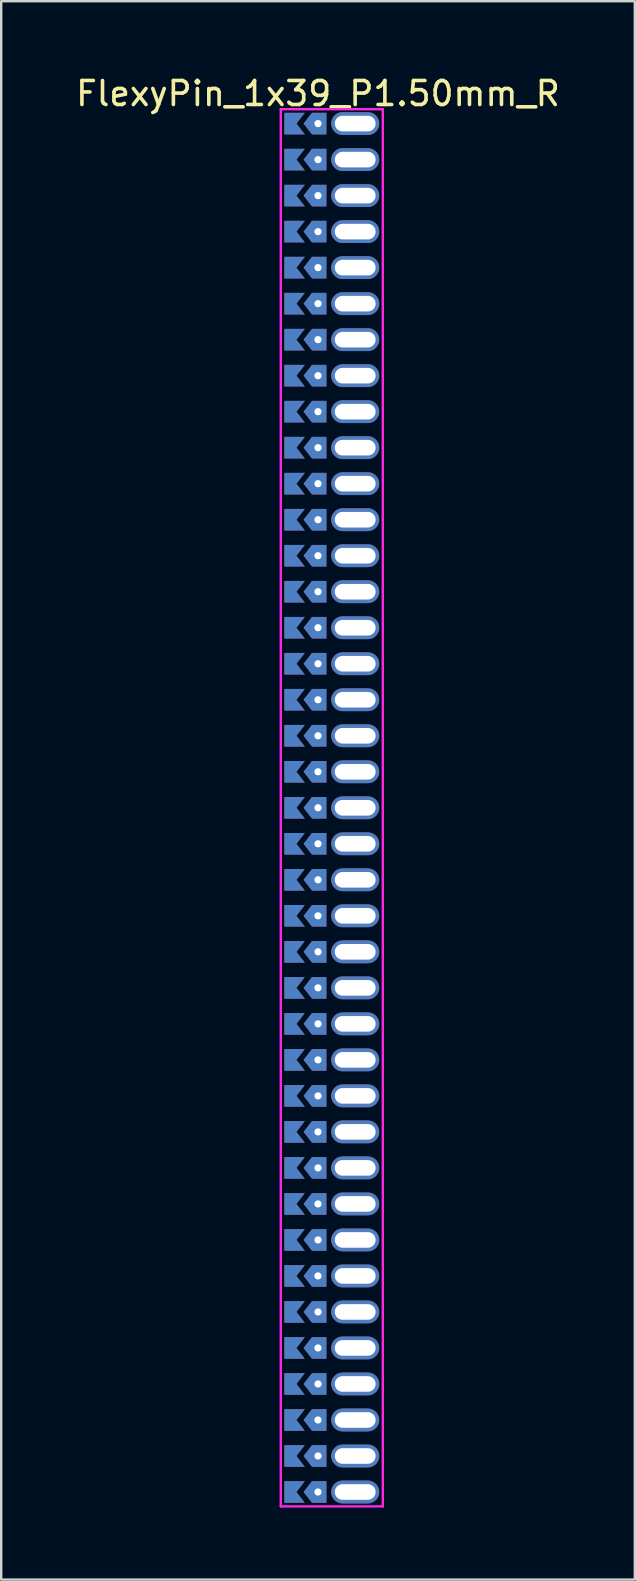
<source format=kicad_pcb>
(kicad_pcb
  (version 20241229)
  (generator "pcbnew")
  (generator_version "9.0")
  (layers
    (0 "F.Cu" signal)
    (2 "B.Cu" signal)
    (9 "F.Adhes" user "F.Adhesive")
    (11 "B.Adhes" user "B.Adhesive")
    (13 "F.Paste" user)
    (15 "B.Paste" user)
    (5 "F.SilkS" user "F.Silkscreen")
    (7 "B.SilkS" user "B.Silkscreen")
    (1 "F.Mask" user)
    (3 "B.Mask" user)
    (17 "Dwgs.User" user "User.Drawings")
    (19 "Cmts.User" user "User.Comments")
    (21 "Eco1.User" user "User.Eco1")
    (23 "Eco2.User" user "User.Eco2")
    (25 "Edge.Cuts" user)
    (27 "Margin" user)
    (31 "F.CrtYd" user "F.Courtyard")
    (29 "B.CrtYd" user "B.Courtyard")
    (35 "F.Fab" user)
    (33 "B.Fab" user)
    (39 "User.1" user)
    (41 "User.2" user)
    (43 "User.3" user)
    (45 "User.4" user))
  (footprint "FlexyPin_1x39_P1.50mm_R"
    (layer "F.Cu")
    (at 10.196 2.098)
    (property "Reference" "FlexyPin_1x39_P1.50mm_R" (at 0 -1.25 0) (layer "F.SilkS") (effects (font (size 1 1) (thickness 0.15))))
    (attr through_hole)
    (fp_line (start -1.55 -0.6) (end 2.7 -0.6) (stroke (width 0.1) (type solid)) (layer "F.CrtYd"))
    (fp_line (start -1.55 57.6) (end -1.55 -0.6) (stroke (width 0.1) (type solid)) (layer "F.CrtYd"))
    (fp_line (start 2.7 -0.6) (end 2.7 57.6) (stroke (width 0.1) (type solid)) (layer "F.CrtYd"))
    (fp_line (start 2.7 57.6) (end -1.55 57.6) (stroke (width 0.1) (type solid)) (layer "F.CrtYd"))
    (pad "" thru_hole custom (at 0 0) (size 0.3 0.3) (drill 0.6) (layers "*.Cu" "*.Mask") (options (anchor rect)) (primitives (gr_poly (pts (xy 0.35 0.45) (xy 0.35 -0.45) (xy -0.25 -0.45) (xy -0.6 0) (xy -0.25 0.45)) (width 0) (fill yes))))
    (pad "" thru_hole custom (at 0 1.5) (size 0.3 0.3) (drill 0.6) (layers "*.Cu" "*.Mask") (options (anchor rect)) (primitives (gr_poly (pts (xy 0.35 0.45) (xy 0.35 -0.45) (xy -0.25 -0.45) (xy -0.6 0) (xy -0.25 0.45)) (width 0) (fill yes))))
    (pad "" thru_hole custom (at 0 3) (size 0.3 0.3) (drill 0.6) (layers "*.Cu" "*.Mask") (options (anchor rect)) (primitives (gr_poly (pts (xy 0.35 0.45) (xy 0.35 -0.45) (xy -0.25 -0.45) (xy -0.6 0) (xy -0.25 0.45)) (width 0) (fill yes))))
    (pad "" thru_hole custom (at 0 4.5) (size 0.3 0.3) (drill 0.6) (layers "*.Cu" "*.Mask") (options (anchor rect)) (primitives (gr_poly (pts (xy 0.35 0.45) (xy 0.35 -0.45) (xy -0.25 -0.45) (xy -0.6 0) (xy -0.25 0.45)) (width 0) (fill yes))))
    (pad "" thru_hole custom (at 0 6) (size 0.3 0.3) (drill 0.6) (layers "*.Cu" "*.Mask") (options (anchor rect)) (primitives (gr_poly (pts (xy 0.35 0.45) (xy 0.35 -0.45) (xy -0.25 -0.45) (xy -0.6 0) (xy -0.25 0.45)) (width 0) (fill yes))))
    (pad "" thru_hole custom (at 0 7.5) (size 0.3 0.3) (drill 0.6) (layers "*.Cu" "*.Mask") (options (anchor rect)) (primitives (gr_poly (pts (xy 0.35 0.45) (xy 0.35 -0.45) (xy -0.25 -0.45) (xy -0.6 0) (xy -0.25 0.45)) (width 0) (fill yes))))
    (pad "" thru_hole custom (at 0 9) (size 0.3 0.3) (drill 0.6) (layers "*.Cu" "*.Mask") (options (anchor rect)) (primitives (gr_poly (pts (xy 0.35 0.45) (xy 0.35 -0.45) (xy -0.25 -0.45) (xy -0.6 0) (xy -0.25 0.45)) (width 0) (fill yes))))
    (pad "" thru_hole custom (at 0 10.5) (size 0.3 0.3) (drill 0.6) (layers "*.Cu" "*.Mask") (options (anchor rect)) (primitives (gr_poly (pts (xy 0.35 0.45) (xy 0.35 -0.45) (xy -0.25 -0.45) (xy -0.6 0) (xy -0.25 0.45)) (width 0) (fill yes))))
    (pad "" thru_hole custom (at 0 12) (size 0.3 0.3) (drill 0.6) (layers "*.Cu" "*.Mask") (options (anchor rect)) (primitives (gr_poly (pts (xy 0.35 0.45) (xy 0.35 -0.45) (xy -0.25 -0.45) (xy -0.6 0) (xy -0.25 0.45)) (width 0) (fill yes))))
    (pad "" thru_hole custom (at 0 13.5) (size 0.3 0.3) (drill 0.6) (layers "*.Cu" "*.Mask") (options (anchor rect)) (primitives (gr_poly (pts (xy 0.35 0.45) (xy 0.35 -0.45) (xy -0.25 -0.45) (xy -0.6 0) (xy -0.25 0.45)) (width 0) (fill yes))))
    (pad "" thru_hole custom (at 0 15) (size 0.3 0.3) (drill 0.6) (layers "*.Cu" "*.Mask") (options (anchor rect)) (primitives (gr_poly (pts (xy 0.35 0.45) (xy 0.35 -0.45) (xy -0.25 -0.45) (xy -0.6 0) (xy -0.25 0.45)) (width 0) (fill yes))))
    (pad "" thru_hole custom (at 0 16.5) (size 0.3 0.3) (drill 0.6) (layers "*.Cu" "*.Mask") (options (anchor rect)) (primitives (gr_poly (pts (xy 0.35 0.45) (xy 0.35 -0.45) (xy -0.25 -0.45) (xy -0.6 0) (xy -0.25 0.45)) (width 0) (fill yes))))
    (pad "" thru_hole custom (at 0 18) (size 0.3 0.3) (drill 0.6) (layers "*.Cu" "*.Mask") (options (anchor rect)) (primitives (gr_poly (pts (xy 0.35 0.45) (xy 0.35 -0.45) (xy -0.25 -0.45) (xy -0.6 0) (xy -0.25 0.45)) (width 0) (fill yes))))
    (pad "" thru_hole custom (at 0 19.5) (size 0.3 0.3) (drill 0.6) (layers "*.Cu" "*.Mask") (options (anchor rect)) (primitives (gr_poly (pts (xy 0.35 0.45) (xy 0.35 -0.45) (xy -0.25 -0.45) (xy -0.6 0) (xy -0.25 0.45)) (width 0) (fill yes))))
    (pad "" thru_hole custom (at 0 21) (size 0.3 0.3) (drill 0.6) (layers "*.Cu" "*.Mask") (options (anchor rect)) (primitives (gr_poly (pts (xy 0.35 0.45) (xy 0.35 -0.45) (xy -0.25 -0.45) (xy -0.6 0) (xy -0.25 0.45)) (width 0) (fill yes))))
    (pad "" thru_hole custom (at 0 22.5) (size 0.3 0.3) (drill 0.6) (layers "*.Cu" "*.Mask") (options (anchor rect)) (primitives (gr_poly (pts (xy 0.35 0.45) (xy 0.35 -0.45) (xy -0.25 -0.45) (xy -0.6 0) (xy -0.25 0.45)) (width 0) (fill yes))))
    (pad "" thru_hole custom (at 0 24) (size 0.3 0.3) (drill 0.6) (layers "*.Cu" "*.Mask") (options (anchor rect)) (primitives (gr_poly (pts (xy 0.35 0.45) (xy 0.35 -0.45) (xy -0.25 -0.45) (xy -0.6 0) (xy -0.25 0.45)) (width 0) (fill yes))))
    (pad "" thru_hole custom (at 0 25.5) (size 0.3 0.3) (drill 0.6) (layers "*.Cu" "*.Mask") (options (anchor rect)) (primitives (gr_poly (pts (xy 0.35 0.45) (xy 0.35 -0.45) (xy -0.25 -0.45) (xy -0.6 0) (xy -0.25 0.45)) (width 0) (fill yes))))
    (pad "" thru_hole custom (at 0 27) (size 0.3 0.3) (drill 0.6) (layers "*.Cu" "*.Mask") (options (anchor rect)) (primitives (gr_poly (pts (xy 0.35 0.45) (xy 0.35 -0.45) (xy -0.25 -0.45) (xy -0.6 0) (xy -0.25 0.45)) (width 0) (fill yes))))
    (pad "" thru_hole custom (at 0 28.5) (size 0.3 0.3) (drill 0.6) (layers "*.Cu" "*.Mask") (options (anchor rect)) (primitives (gr_poly (pts (xy 0.35 0.45) (xy 0.35 -0.45) (xy -0.25 -0.45) (xy -0.6 0) (xy -0.25 0.45)) (width 0) (fill yes))))
    (pad "" thru_hole custom (at 0 30) (size 0.3 0.3) (drill 0.6) (layers "*.Cu" "*.Mask") (options (anchor rect)) (primitives (gr_poly (pts (xy 0.35 0.45) (xy 0.35 -0.45) (xy -0.25 -0.45) (xy -0.6 0) (xy -0.25 0.45)) (width 0) (fill yes))))
    (pad "" thru_hole custom (at 0 31.5) (size 0.3 0.3) (drill 0.6) (layers "*.Cu" "*.Mask") (options (anchor rect)) (primitives (gr_poly (pts (xy 0.35 0.45) (xy 0.35 -0.45) (xy -0.25 -0.45) (xy -0.6 0) (xy -0.25 0.45)) (width 0) (fill yes))))
    (pad "" thru_hole custom (at 0 33) (size 0.3 0.3) (drill 0.6) (layers "*.Cu" "*.Mask") (options (anchor rect)) (primitives (gr_poly (pts (xy 0.35 0.45) (xy 0.35 -0.45) (xy -0.25 -0.45) (xy -0.6 0) (xy -0.25 0.45)) (width 0) (fill yes))))
    (pad "" thru_hole custom (at 0 34.5) (size 0.3 0.3) (drill 0.6) (layers "*.Cu" "*.Mask") (options (anchor rect)) (primitives (gr_poly (pts (xy 0.35 0.45) (xy 0.35 -0.45) (xy -0.25 -0.45) (xy -0.6 0) (xy -0.25 0.45)) (width 0) (fill yes))))
    (pad "" thru_hole custom (at 0 36) (size 0.3 0.3) (drill 0.6) (layers "*.Cu" "*.Mask") (options (anchor rect)) (primitives (gr_poly (pts (xy 0.35 0.45) (xy 0.35 -0.45) (xy -0.25 -0.45) (xy -0.6 0) (xy -0.25 0.45)) (width 0) (fill yes))))
    (pad "" thru_hole custom (at 0 37.5) (size 0.3 0.3) (drill 0.6) (layers "*.Cu" "*.Mask") (options (anchor rect)) (primitives (gr_poly (pts (xy 0.35 0.45) (xy 0.35 -0.45) (xy -0.25 -0.45) (xy -0.6 0) (xy -0.25 0.45)) (width 0) (fill yes))))
    (pad "" thru_hole custom (at 0 39) (size 0.3 0.3) (drill 0.6) (layers "*.Cu" "*.Mask") (options (anchor rect)) (primitives (gr_poly (pts (xy 0.35 0.45) (xy 0.35 -0.45) (xy -0.25 -0.45) (xy -0.6 0) (xy -0.25 0.45)) (width 0) (fill yes))))
    (pad "" thru_hole custom (at 0 40.5) (size 0.3 0.3) (drill 0.6) (layers "*.Cu" "*.Mask") (options (anchor rect)) (primitives (gr_poly (pts (xy 0.35 0.45) (xy 0.35 -0.45) (xy -0.25 -0.45) (xy -0.6 0) (xy -0.25 0.45)) (width 0) (fill yes))))
    (pad "" thru_hole custom (at 0 42) (size 0.3 0.3) (drill 0.6) (layers "*.Cu" "*.Mask") (options (anchor rect)) (primitives (gr_poly (pts (xy 0.35 0.45) (xy 0.35 -0.45) (xy -0.25 -0.45) (xy -0.6 0) (xy -0.25 0.45)) (width 0) (fill yes))))
    (pad "" thru_hole custom (at 0 43.5) (size 0.3 0.3) (drill 0.6) (layers "*.Cu" "*.Mask") (options (anchor rect)) (primitives (gr_poly (pts (xy 0.35 0.45) (xy 0.35 -0.45) (xy -0.25 -0.45) (xy -0.6 0) (xy -0.25 0.45)) (width 0) (fill yes))))
    (pad "" thru_hole custom (at 0 45) (size 0.3 0.3) (drill 0.6) (layers "*.Cu" "*.Mask") (options (anchor rect)) (primitives (gr_poly (pts (xy 0.35 0.45) (xy 0.35 -0.45) (xy -0.25 -0.45) (xy -0.6 0) (xy -0.25 0.45)) (width 0) (fill yes))))
    (pad "" thru_hole custom (at 0 46.5) (size 0.3 0.3) (drill 0.6) (layers "*.Cu" "*.Mask") (options (anchor rect)) (primitives (gr_poly (pts (xy 0.35 0.45) (xy 0.35 -0.45) (xy -0.25 -0.45) (xy -0.6 0) (xy -0.25 0.45)) (width 0) (fill yes))))
    (pad "" thru_hole custom (at 0 48) (size 0.3 0.3) (drill 0.6) (layers "*.Cu" "*.Mask") (options (anchor rect)) (primitives (gr_poly (pts (xy 0.35 0.45) (xy 0.35 -0.45) (xy -0.25 -0.45) (xy -0.6 0) (xy -0.25 0.45)) (width 0) (fill yes))))
    (pad "" thru_hole custom (at 0 49.5) (size 0.3 0.3) (drill 0.6) (layers "*.Cu" "*.Mask") (options (anchor rect)) (primitives (gr_poly (pts (xy 0.35 0.45) (xy 0.35 -0.45) (xy -0.25 -0.45) (xy -0.6 0) (xy -0.25 0.45)) (width 0) (fill yes))))
    (pad "" thru_hole custom (at 0 51) (size 0.3 0.3) (drill 0.6) (layers "*.Cu" "*.Mask") (options (anchor rect)) (primitives (gr_poly (pts (xy 0.35 0.45) (xy 0.35 -0.45) (xy -0.25 -0.45) (xy -0.6 0) (xy -0.25 0.45)) (width 0) (fill yes))))
    (pad "" thru_hole custom (at 0 52.5) (size 0.3 0.3) (drill 0.6) (layers "*.Cu" "*.Mask") (options (anchor rect)) (primitives (gr_poly (pts (xy 0.35 0.45) (xy 0.35 -0.45) (xy -0.25 -0.45) (xy -0.6 0) (xy -0.25 0.45)) (width 0) (fill yes))))
    (pad "" thru_hole custom (at 0 54) (size 0.3 0.3) (drill 0.6) (layers "*.Cu" "*.Mask") (options (anchor rect)) (primitives (gr_poly (pts (xy 0.35 0.45) (xy 0.35 -0.45) (xy -0.25 -0.45) (xy -0.6 0) (xy -0.25 0.45)) (width 0) (fill yes))))
    (pad "" thru_hole custom (at 0 55.5) (size 0.3 0.3) (drill 0.6) (layers "*.Cu" "*.Mask") (options (anchor rect)) (primitives (gr_poly (pts (xy 0.35 0.45) (xy 0.35 -0.45) (xy -0.25 -0.45) (xy -0.6 0) (xy -0.25 0.45)) (width 0) (fill yes))))
    (pad "" thru_hole custom (at 0 57) (size 0.3 0.3) (drill 0.6) (layers "*.Cu" "*.Mask") (options (anchor rect)) (primitives (gr_poly (pts (xy 0.35 0.45) (xy 0.35 -0.45) (xy -0.25 -0.45) (xy -0.6 0) (xy -0.25 0.45)) (width 0) (fill yes))))
    (pad "" thru_hole oval (at 1.55 0) (size 2 0.95) (drill oval 1.7 0.65) (layers "*.Cu" "*.Mask"))
    (pad "" thru_hole oval (at 1.55 1.5) (size 2 0.95) (drill oval 1.7 0.65) (layers "*.Cu" "*.Mask"))
    (pad "" thru_hole oval (at 1.55 3) (size 2 0.95) (drill oval 1.7 0.65) (layers "*.Cu" "*.Mask"))
    (pad "" thru_hole oval (at 1.55 4.5) (size 2 0.95) (drill oval 1.7 0.65) (layers "*.Cu" "*.Mask"))
    (pad "" thru_hole oval (at 1.55 6) (size 2 0.95) (drill oval 1.7 0.65) (layers "*.Cu" "*.Mask"))
    (pad "" thru_hole oval (at 1.55 7.5) (size 2 0.95) (drill oval 1.7 0.65) (layers "*.Cu" "*.Mask"))
    (pad "" thru_hole oval (at 1.55 9) (size 2 0.95) (drill oval 1.7 0.65) (layers "*.Cu" "*.Mask"))
    (pad "" thru_hole oval (at 1.55 10.5) (size 2 0.95) (drill oval 1.7 0.65) (layers "*.Cu" "*.Mask"))
    (pad "" thru_hole oval (at 1.55 12) (size 2 0.95) (drill oval 1.7 0.65) (layers "*.Cu" "*.Mask"))
    (pad "" thru_hole oval (at 1.55 13.5) (size 2 0.95) (drill oval 1.7 0.65) (layers "*.Cu" "*.Mask"))
    (pad "" thru_hole oval (at 1.55 15) (size 2 0.95) (drill oval 1.7 0.65) (layers "*.Cu" "*.Mask"))
    (pad "" thru_hole oval (at 1.55 16.5) (size 2 0.95) (drill oval 1.7 0.65) (layers "*.Cu" "*.Mask"))
    (pad "" thru_hole oval (at 1.55 18) (size 2 0.95) (drill oval 1.7 0.65) (layers "*.Cu" "*.Mask"))
    (pad "" thru_hole oval (at 1.55 19.5) (size 2 0.95) (drill oval 1.7 0.65) (layers "*.Cu" "*.Mask"))
    (pad "" thru_hole oval (at 1.55 21) (size 2 0.95) (drill oval 1.7 0.65) (layers "*.Cu" "*.Mask"))
    (pad "" thru_hole oval (at 1.55 22.5) (size 2 0.95) (drill oval 1.7 0.65) (layers "*.Cu" "*.Mask"))
    (pad "" thru_hole oval (at 1.55 24) (size 2 0.95) (drill oval 1.7 0.65) (layers "*.Cu" "*.Mask"))
    (pad "" thru_hole oval (at 1.55 25.5) (size 2 0.95) (drill oval 1.7 0.65) (layers "*.Cu" "*.Mask"))
    (pad "" thru_hole oval (at 1.55 27) (size 2 0.95) (drill oval 1.7 0.65) (layers "*.Cu" "*.Mask"))
    (pad "" thru_hole oval (at 1.55 28.5) (size 2 0.95) (drill oval 1.7 0.65) (layers "*.Cu" "*.Mask"))
    (pad "" thru_hole oval (at 1.55 30) (size 2 0.95) (drill oval 1.7 0.65) (layers "*.Cu" "*.Mask"))
    (pad "" thru_hole oval (at 1.55 31.5) (size 2 0.95) (drill oval 1.7 0.65) (layers "*.Cu" "*.Mask"))
    (pad "" thru_hole oval (at 1.55 33) (size 2 0.95) (drill oval 1.7 0.65) (layers "*.Cu" "*.Mask"))
    (pad "" thru_hole oval (at 1.55 34.5) (size 2 0.95) (drill oval 1.7 0.65) (layers "*.Cu" "*.Mask"))
    (pad "" thru_hole oval (at 1.55 36) (size 2 0.95) (drill oval 1.7 0.65) (layers "*.Cu" "*.Mask"))
    (pad "" thru_hole oval (at 1.55 37.5) (size 2 0.95) (drill oval 1.7 0.65) (layers "*.Cu" "*.Mask"))
    (pad "" thru_hole oval (at 1.55 39) (size 2 0.95) (drill oval 1.7 0.65) (layers "*.Cu" "*.Mask"))
    (pad "" thru_hole oval (at 1.55 40.5) (size 2 0.95) (drill oval 1.7 0.65) (layers "*.Cu" "*.Mask"))
    (pad "" thru_hole oval (at 1.55 42) (size 2 0.95) (drill oval 1.7 0.65) (layers "*.Cu" "*.Mask"))
    (pad "" thru_hole oval (at 1.55 43.5) (size 2 0.95) (drill oval 1.7 0.65) (layers "*.Cu" "*.Mask"))
    (pad "" thru_hole oval (at 1.55 45) (size 2 0.95) (drill oval 1.7 0.65) (layers "*.Cu" "*.Mask"))
    (pad "" thru_hole oval (at 1.55 46.5) (size 2 0.95) (drill oval 1.7 0.65) (layers "*.Cu" "*.Mask"))
    (pad "" thru_hole oval (at 1.55 48) (size 2 0.95) (drill oval 1.7 0.65) (layers "*.Cu" "*.Mask"))
    (pad "" thru_hole oval (at 1.55 49.5) (size 2 0.95) (drill oval 1.7 0.65) (layers "*.Cu" "*.Mask"))
    (pad "" thru_hole oval (at 1.55 51) (size 2 0.95) (drill oval 1.7 0.65) (layers "*.Cu" "*.Mask"))
    (pad "" thru_hole oval (at 1.55 52.5) (size 2 0.95) (drill oval 1.7 0.65) (layers "*.Cu" "*.Mask"))
    (pad "" thru_hole oval (at 1.55 54) (size 2 0.95) (drill oval 1.7 0.65) (layers "*.Cu" "*.Mask"))
    (pad "" thru_hole oval (at 1.55 55.5) (size 2 0.95) (drill oval 1.7 0.65) (layers "*.Cu" "*.Mask"))
    (pad "" thru_hole oval (at 1.55 57) (size 2 0.95) (drill oval 1.7 0.65) (layers "*.Cu" "*.Mask"))
    (pad "1" smd custom (at -0.9 0) (size 0.01 0.01) (layers "F.Cu" "F.Mask") (options (anchor rect)) (primitives (gr_poly (pts (xy 0 0) (xy 0.35 0.45) (xy -0.5 0.45) (xy -0.5 -0.45) (xy 0.35 -0.45)) (width 0) (fill yes))))
    (pad "2" smd custom (at -0.9 1.5) (size 0.01 0.01) (layers "F.Cu" "F.Mask") (options (anchor rect)) (primitives (gr_poly (pts (xy 0 0) (xy 0.35 0.45) (xy -0.5 0.45) (xy -0.5 -0.45) (xy 0.35 -0.45)) (width 0) (fill yes))))
    (pad "3" smd custom (at -0.9 3) (size 0.01 0.01) (layers "F.Cu" "F.Mask") (options (anchor rect)) (primitives (gr_poly (pts (xy 0 0) (xy 0.35 0.45) (xy -0.5 0.45) (xy -0.5 -0.45) (xy 0.35 -0.45)) (width 0) (fill yes))))
    (pad "4" smd custom (at -0.9 4.5) (size 0.01 0.01) (layers "F.Cu" "F.Mask") (options (anchor rect)) (primitives (gr_poly (pts (xy 0 0) (xy 0.35 0.45) (xy -0.5 0.45) (xy -0.5 -0.45) (xy 0.35 -0.45)) (width 0) (fill yes))))
    (pad "5" smd custom (at -0.9 6) (size 0.01 0.01) (layers "F.Cu" "F.Mask") (options (anchor rect)) (primitives (gr_poly (pts (xy 0 0) (xy 0.35 0.45) (xy -0.5 0.45) (xy -0.5 -0.45) (xy 0.35 -0.45)) (width 0) (fill yes))))
    (pad "6" smd custom (at -0.9 7.5) (size 0.01 0.01) (layers "F.Cu" "F.Mask") (options (anchor rect)) (primitives (gr_poly (pts (xy 0 0) (xy 0.35 0.45) (xy -0.5 0.45) (xy -0.5 -0.45) (xy 0.35 -0.45)) (width 0) (fill yes))))
    (pad "7" smd custom (at -0.9 9) (size 0.01 0.01) (layers "F.Cu" "F.Mask") (options (anchor rect)) (primitives (gr_poly (pts (xy 0 0) (xy 0.35 0.45) (xy -0.5 0.45) (xy -0.5 -0.45) (xy 0.35 -0.45)) (width 0) (fill yes))))
    (pad "8" smd custom (at -0.9 10.5) (size 0.01 0.01) (layers "F.Cu" "F.Mask") (options (anchor rect)) (primitives (gr_poly (pts (xy 0 0) (xy 0.35 0.45) (xy -0.5 0.45) (xy -0.5 -0.45) (xy 0.35 -0.45)) (width 0) (fill yes))))
    (pad "9" smd custom (at -0.9 12) (size 0.01 0.01) (layers "F.Cu" "F.Mask") (options (anchor rect)) (primitives (gr_poly (pts (xy 0 0) (xy 0.35 0.45) (xy -0.5 0.45) (xy -0.5 -0.45) (xy 0.35 -0.45)) (width 0) (fill yes))))
    (pad "10" smd custom (at -0.9 13.5) (size 0.01 0.01) (layers "F.Cu" "F.Mask") (options (anchor rect)) (primitives (gr_poly (pts (xy 0 0) (xy 0.35 0.45) (xy -0.5 0.45) (xy -0.5 -0.45) (xy 0.35 -0.45)) (width 0) (fill yes))))
    (pad "11" smd custom (at -0.9 15) (size 0.01 0.01) (layers "F.Cu" "F.Mask") (options (anchor rect)) (primitives (gr_poly (pts (xy 0 0) (xy 0.35 0.45) (xy -0.5 0.45) (xy -0.5 -0.45) (xy 0.35 -0.45)) (width 0) (fill yes))))
    (pad "12" smd custom (at -0.9 16.5) (size 0.01 0.01) (layers "F.Cu" "F.Mask") (options (anchor rect)) (primitives (gr_poly (pts (xy 0 0) (xy 0.35 0.45) (xy -0.5 0.45) (xy -0.5 -0.45) (xy 0.35 -0.45)) (width 0) (fill yes))))
    (pad "13" smd custom (at -0.9 18) (size 0.01 0.01) (layers "F.Cu" "F.Mask") (options (anchor rect)) (primitives (gr_poly (pts (xy 0 0) (xy 0.35 0.45) (xy -0.5 0.45) (xy -0.5 -0.45) (xy 0.35 -0.45)) (width 0) (fill yes))))
    (pad "14" smd custom (at -0.9 19.5) (size 0.01 0.01) (layers "F.Cu" "F.Mask") (options (anchor rect)) (primitives (gr_poly (pts (xy 0 0) (xy 0.35 0.45) (xy -0.5 0.45) (xy -0.5 -0.45) (xy 0.35 -0.45)) (width 0) (fill yes))))
    (pad "15" smd custom (at -0.9 21) (size 0.01 0.01) (layers "F.Cu" "F.Mask") (options (anchor rect)) (primitives (gr_poly (pts (xy 0 0) (xy 0.35 0.45) (xy -0.5 0.45) (xy -0.5 -0.45) (xy 0.35 -0.45)) (width 0) (fill yes))))
    (pad "16" smd custom (at -0.9 22.5) (size 0.01 0.01) (layers "F.Cu" "F.Mask") (options (anchor rect)) (primitives (gr_poly (pts (xy 0 0) (xy 0.35 0.45) (xy -0.5 0.45) (xy -0.5 -0.45) (xy 0.35 -0.45)) (width 0) (fill yes))))
    (pad "17" smd custom (at -0.9 24) (size 0.01 0.01) (layers "F.Cu" "F.Mask") (options (anchor rect)) (primitives (gr_poly (pts (xy 0 0) (xy 0.35 0.45) (xy -0.5 0.45) (xy -0.5 -0.45) (xy 0.35 -0.45)) (width 0) (fill yes))))
    (pad "18" smd custom (at -0.9 25.5) (size 0.01 0.01) (layers "F.Cu" "F.Mask") (options (anchor rect)) (primitives (gr_poly (pts (xy 0 0) (xy 0.35 0.45) (xy -0.5 0.45) (xy -0.5 -0.45) (xy 0.35 -0.45)) (width 0) (fill yes))))
    (pad "19" smd custom (at -0.9 27) (size 0.01 0.01) (layers "F.Cu" "F.Mask") (options (anchor rect)) (primitives (gr_poly (pts (xy 0 0) (xy 0.35 0.45) (xy -0.5 0.45) (xy -0.5 -0.45) (xy 0.35 -0.45)) (width 0) (fill yes))))
    (pad "20" smd custom (at -0.9 28.5) (size 0.01 0.01) (layers "F.Cu" "F.Mask") (options (anchor rect)) (primitives (gr_poly (pts (xy 0 0) (xy 0.35 0.45) (xy -0.5 0.45) (xy -0.5 -0.45) (xy 0.35 -0.45)) (width 0) (fill yes))))
    (pad "21" smd custom (at -0.9 30) (size 0.01 0.01) (layers "F.Cu" "F.Mask") (options (anchor rect)) (primitives (gr_poly (pts (xy 0 0) (xy 0.35 0.45) (xy -0.5 0.45) (xy -0.5 -0.45) (xy 0.35 -0.45)) (width 0) (fill yes))))
    (pad "22" smd custom (at -0.9 31.5) (size 0.01 0.01) (layers "F.Cu" "F.Mask") (options (anchor rect)) (primitives (gr_poly (pts (xy 0 0) (xy 0.35 0.45) (xy -0.5 0.45) (xy -0.5 -0.45) (xy 0.35 -0.45)) (width 0) (fill yes))))
    (pad "23" smd custom (at -0.9 33) (size 0.01 0.01) (layers "F.Cu" "F.Mask") (options (anchor rect)) (primitives (gr_poly (pts (xy 0 0) (xy 0.35 0.45) (xy -0.5 0.45) (xy -0.5 -0.45) (xy 0.35 -0.45)) (width 0) (fill yes))))
    (pad "24" smd custom (at -0.9 34.5) (size 0.01 0.01) (layers "F.Cu" "F.Mask") (options (anchor rect)) (primitives (gr_poly (pts (xy 0 0) (xy 0.35 0.45) (xy -0.5 0.45) (xy -0.5 -0.45) (xy 0.35 -0.45)) (width 0) (fill yes))))
    (pad "25" smd custom (at -0.9 36) (size 0.01 0.01) (layers "F.Cu" "F.Mask") (options (anchor rect)) (primitives (gr_poly (pts (xy 0 0) (xy 0.35 0.45) (xy -0.5 0.45) (xy -0.5 -0.45) (xy 0.35 -0.45)) (width 0) (fill yes))))
    (pad "26" smd custom (at -0.9 37.5) (size 0.01 0.01) (layers "F.Cu" "F.Mask") (options (anchor rect)) (primitives (gr_poly (pts (xy 0 0) (xy 0.35 0.45) (xy -0.5 0.45) (xy -0.5 -0.45) (xy 0.35 -0.45)) (width 0) (fill yes))))
    (pad "27" smd custom (at -0.9 39) (size 0.01 0.01) (layers "F.Cu" "F.Mask") (options (anchor rect)) (primitives (gr_poly (pts (xy 0 0) (xy 0.35 0.45) (xy -0.5 0.45) (xy -0.5 -0.45) (xy 0.35 -0.45)) (width 0) (fill yes))))
    (pad "28" smd custom (at -0.9 40.5) (size 0.01 0.01) (layers "F.Cu" "F.Mask") (options (anchor rect)) (primitives (gr_poly (pts (xy 0 0) (xy 0.35 0.45) (xy -0.5 0.45) (xy -0.5 -0.45) (xy 0.35 -0.45)) (width 0) (fill yes))))
    (pad "29" smd custom (at -0.9 42) (size 0.01 0.01) (layers "F.Cu" "F.Mask") (options (anchor rect)) (primitives (gr_poly (pts (xy 0 0) (xy 0.35 0.45) (xy -0.5 0.45) (xy -0.5 -0.45) (xy 0.35 -0.45)) (width 0) (fill yes))))
    (pad "30" smd custom (at -0.9 43.5) (size 0.01 0.01) (layers "F.Cu" "F.Mask") (options (anchor rect)) (primitives (gr_poly (pts (xy 0 0) (xy 0.35 0.45) (xy -0.5 0.45) (xy -0.5 -0.45) (xy 0.35 -0.45)) (width 0) (fill yes))))
    (pad "31" smd custom (at -0.9 45) (size 0.01 0.01) (layers "F.Cu" "F.Mask") (options (anchor rect)) (primitives (gr_poly (pts (xy 0 0) (xy 0.35 0.45) (xy -0.5 0.45) (xy -0.5 -0.45) (xy 0.35 -0.45)) (width 0) (fill yes))))
    (pad "32" smd custom (at -0.9 46.5) (size 0.01 0.01) (layers "F.Cu" "F.Mask") (options (anchor rect)) (primitives (gr_poly (pts (xy 0 0) (xy 0.35 0.45) (xy -0.5 0.45) (xy -0.5 -0.45) (xy 0.35 -0.45)) (width 0) (fill yes))))
    (pad "33" smd custom (at -0.9 48) (size 0.01 0.01) (layers "F.Cu" "F.Mask") (options (anchor rect)) (primitives (gr_poly (pts (xy 0 0) (xy 0.35 0.45) (xy -0.5 0.45) (xy -0.5 -0.45) (xy 0.35 -0.45)) (width 0) (fill yes))))
    (pad "34" smd custom (at -0.9 49.5) (size 0.01 0.01) (layers "F.Cu" "F.Mask") (options (anchor rect)) (primitives (gr_poly (pts (xy 0 0) (xy 0.35 0.45) (xy -0.5 0.45) (xy -0.5 -0.45) (xy 0.35 -0.45)) (width 0) (fill yes))))
    (pad "35" smd custom (at -0.9 51) (size 0.01 0.01) (layers "F.Cu" "F.Mask") (options (anchor rect)) (primitives (gr_poly (pts (xy 0 0) (xy 0.35 0.45) (xy -0.5 0.45) (xy -0.5 -0.45) (xy 0.35 -0.45)) (width 0) (fill yes))))
    (pad "36" smd custom (at -0.9 52.5) (size 0.01 0.01) (layers "F.Cu" "F.Mask") (options (anchor rect)) (primitives (gr_poly (pts (xy 0 0) (xy 0.35 0.45) (xy -0.5 0.45) (xy -0.5 -0.45) (xy 0.35 -0.45)) (width 0) (fill yes))))
    (pad "37" smd custom (at -0.9 54) (size 0.01 0.01) (layers "F.Cu" "F.Mask") (options (anchor rect)) (primitives (gr_poly (pts (xy 0 0) (xy 0.35 0.45) (xy -0.5 0.45) (xy -0.5 -0.45) (xy 0.35 -0.45)) (width 0) (fill yes))))
    (pad "38" smd custom (at -0.9 55.5) (size 0.01 0.01) (layers "F.Cu" "F.Mask") (options (anchor rect)) (primitives (gr_poly (pts (xy 0 0) (xy 0.35 0.45) (xy -0.5 0.45) (xy -0.5 -0.45) (xy 0.35 -0.45)) (width 0) (fill yes))))
    (pad "39" smd custom (at -0.9 57) (size 0.01 0.01) (layers "F.Cu" "F.Mask") (options (anchor rect)) (primitives (gr_poly (pts (xy 0 0) (xy 0.35 0.45) (xy -0.5 0.45) (xy -0.5 -0.45) (xy 0.35 -0.45)) (width 0) (fill yes))))
    (pad "40" smd custom (at -0.9 0) (size 0.01 0.01) (layers "B.Cu" "B.Mask") (options (anchor rect)) (primitives (gr_poly (pts (xy 0 0) (xy 0.35 0.45) (xy -0.5 0.45) (xy -0.5 -0.45) (xy 0.35 -0.45)) (width 0) (fill yes))))
    (pad "41" smd custom (at -0.9 1.5) (size 0.01 0.01) (layers "B.Cu" "B.Mask") (options (anchor rect)) (primitives (gr_poly (pts (xy 0 0) (xy 0.35 0.45) (xy -0.5 0.45) (xy -0.5 -0.45) (xy 0.35 -0.45)) (width 0) (fill yes))))
    (pad "42" smd custom (at -0.9 3) (size 0.01 0.01) (layers "B.Cu" "B.Mask") (options (anchor rect)) (primitives (gr_poly (pts (xy 0 0) (xy 0.35 0.45) (xy -0.5 0.45) (xy -0.5 -0.45) (xy 0.35 -0.45)) (width 0) (fill yes))))
    (pad "43" smd custom (at -0.9 4.5) (size 0.01 0.01) (layers "B.Cu" "B.Mask") (options (anchor rect)) (primitives (gr_poly (pts (xy 0 0) (xy 0.35 0.45) (xy -0.5 0.45) (xy -0.5 -0.45) (xy 0.35 -0.45)) (width 0) (fill yes))))
    (pad "44" smd custom (at -0.9 6) (size 0.01 0.01) (layers "B.Cu" "B.Mask") (options (anchor rect)) (primitives (gr_poly (pts (xy 0 0) (xy 0.35 0.45) (xy -0.5 0.45) (xy -0.5 -0.45) (xy 0.35 -0.45)) (width 0) (fill yes))))
    (pad "45" smd custom (at -0.9 7.5) (size 0.01 0.01) (layers "B.Cu" "B.Mask") (options (anchor rect)) (primitives (gr_poly (pts (xy 0 0) (xy 0.35 0.45) (xy -0.5 0.45) (xy -0.5 -0.45) (xy 0.35 -0.45)) (width 0) (fill yes))))
    (pad "46" smd custom (at -0.9 9) (size 0.01 0.01) (layers "B.Cu" "B.Mask") (options (anchor rect)) (primitives (gr_poly (pts (xy 0 0) (xy 0.35 0.45) (xy -0.5 0.45) (xy -0.5 -0.45) (xy 0.35 -0.45)) (width 0) (fill yes))))
    (pad "47" smd custom (at -0.9 10.5) (size 0.01 0.01) (layers "B.Cu" "B.Mask") (options (anchor rect)) (primitives (gr_poly (pts (xy 0 0) (xy 0.35 0.45) (xy -0.5 0.45) (xy -0.5 -0.45) (xy 0.35 -0.45)) (width 0) (fill yes))))
    (pad "48" smd custom (at -0.9 12) (size 0.01 0.01) (layers "B.Cu" "B.Mask") (options (anchor rect)) (primitives (gr_poly (pts (xy 0 0) (xy 0.35 0.45) (xy -0.5 0.45) (xy -0.5 -0.45) (xy 0.35 -0.45)) (width 0) (fill yes))))
    (pad "49" smd custom (at -0.9 13.5) (size 0.01 0.01) (layers "B.Cu" "B.Mask") (options (anchor rect)) (primitives (gr_poly (pts (xy 0 0) (xy 0.35 0.45) (xy -0.5 0.45) (xy -0.5 -0.45) (xy 0.35 -0.45)) (width 0) (fill yes))))
    (pad "50" smd custom (at -0.9 15) (size 0.01 0.01) (layers "B.Cu" "B.Mask") (options (anchor rect)) (primitives (gr_poly (pts (xy 0 0) (xy 0.35 0.45) (xy -0.5 0.45) (xy -0.5 -0.45) (xy 0.35 -0.45)) (width 0) (fill yes))))
    (pad "51" smd custom (at -0.9 16.5) (size 0.01 0.01) (layers "B.Cu" "B.Mask") (options (anchor rect)) (primitives (gr_poly (pts (xy 0 0) (xy 0.35 0.45) (xy -0.5 0.45) (xy -0.5 -0.45) (xy 0.35 -0.45)) (width 0) (fill yes))))
    (pad "52" smd custom (at -0.9 18) (size 0.01 0.01) (layers "B.Cu" "B.Mask") (options (anchor rect)) (primitives (gr_poly (pts (xy 0 0) (xy 0.35 0.45) (xy -0.5 0.45) (xy -0.5 -0.45) (xy 0.35 -0.45)) (width 0) (fill yes))))
    (pad "53" smd custom (at -0.9 19.5) (size 0.01 0.01) (layers "B.Cu" "B.Mask") (options (anchor rect)) (primitives (gr_poly (pts (xy 0 0) (xy 0.35 0.45) (xy -0.5 0.45) (xy -0.5 -0.45) (xy 0.35 -0.45)) (width 0) (fill yes))))
    (pad "54" smd custom (at -0.9 21) (size 0.01 0.01) (layers "B.Cu" "B.Mask") (options (anchor rect)) (primitives (gr_poly (pts (xy 0 0) (xy 0.35 0.45) (xy -0.5 0.45) (xy -0.5 -0.45) (xy 0.35 -0.45)) (width 0) (fill yes))))
    (pad "55" smd custom (at -0.9 22.5) (size 0.01 0.01) (layers "B.Cu" "B.Mask") (options (anchor rect)) (primitives (gr_poly (pts (xy 0 0) (xy 0.35 0.45) (xy -0.5 0.45) (xy -0.5 -0.45) (xy 0.35 -0.45)) (width 0) (fill yes))))
    (pad "56" smd custom (at -0.9 24) (size 0.01 0.01) (layers "B.Cu" "B.Mask") (options (anchor rect)) (primitives (gr_poly (pts (xy 0 0) (xy 0.35 0.45) (xy -0.5 0.45) (xy -0.5 -0.45) (xy 0.35 -0.45)) (width 0) (fill yes))))
    (pad "57" smd custom (at -0.9 25.5) (size 0.01 0.01) (layers "B.Cu" "B.Mask") (options (anchor rect)) (primitives (gr_poly (pts (xy 0 0) (xy 0.35 0.45) (xy -0.5 0.45) (xy -0.5 -0.45) (xy 0.35 -0.45)) (width 0) (fill yes))))
    (pad "58" smd custom (at -0.9 27) (size 0.01 0.01) (layers "B.Cu" "B.Mask") (options (anchor rect)) (primitives (gr_poly (pts (xy 0 0) (xy 0.35 0.45) (xy -0.5 0.45) (xy -0.5 -0.45) (xy 0.35 -0.45)) (width 0) (fill yes))))
    (pad "59" smd custom (at -0.9 28.5) (size 0.01 0.01) (layers "B.Cu" "B.Mask") (options (anchor rect)) (primitives (gr_poly (pts (xy 0 0) (xy 0.35 0.45) (xy -0.5 0.45) (xy -0.5 -0.45) (xy 0.35 -0.45)) (width 0) (fill yes))))
    (pad "60" smd custom (at -0.9 30) (size 0.01 0.01) (layers "B.Cu" "B.Mask") (options (anchor rect)) (primitives (gr_poly (pts (xy 0 0) (xy 0.35 0.45) (xy -0.5 0.45) (xy -0.5 -0.45) (xy 0.35 -0.45)) (width 0) (fill yes))))
    (pad "61" smd custom (at -0.9 31.5) (size 0.01 0.01) (layers "B.Cu" "B.Mask") (options (anchor rect)) (primitives (gr_poly (pts (xy 0 0) (xy 0.35 0.45) (xy -0.5 0.45) (xy -0.5 -0.45) (xy 0.35 -0.45)) (width 0) (fill yes))))
    (pad "62" smd custom (at -0.9 33) (size 0.01 0.01) (layers "B.Cu" "B.Mask") (options (anchor rect)) (primitives (gr_poly (pts (xy 0 0) (xy 0.35 0.45) (xy -0.5 0.45) (xy -0.5 -0.45) (xy 0.35 -0.45)) (width 0) (fill yes))))
    (pad "63" smd custom (at -0.9 34.5) (size 0.01 0.01) (layers "B.Cu" "B.Mask") (options (anchor rect)) (primitives (gr_poly (pts (xy 0 0) (xy 0.35 0.45) (xy -0.5 0.45) (xy -0.5 -0.45) (xy 0.35 -0.45)) (width 0) (fill yes))))
    (pad "64" smd custom (at -0.9 36) (size 0.01 0.01) (layers "B.Cu" "B.Mask") (options (anchor rect)) (primitives (gr_poly (pts (xy 0 0) (xy 0.35 0.45) (xy -0.5 0.45) (xy -0.5 -0.45) (xy 0.35 -0.45)) (width 0) (fill yes))))
    (pad "65" smd custom (at -0.9 37.5) (size 0.01 0.01) (layers "B.Cu" "B.Mask") (options (anchor rect)) (primitives (gr_poly (pts (xy 0 0) (xy 0.35 0.45) (xy -0.5 0.45) (xy -0.5 -0.45) (xy 0.35 -0.45)) (width 0) (fill yes))))
    (pad "66" smd custom (at -0.9 39) (size 0.01 0.01) (layers "B.Cu" "B.Mask") (options (anchor rect)) (primitives (gr_poly (pts (xy 0 0) (xy 0.35 0.45) (xy -0.5 0.45) (xy -0.5 -0.45) (xy 0.35 -0.45)) (width 0) (fill yes))))
    (pad "67" smd custom (at -0.9 40.5) (size 0.01 0.01) (layers "B.Cu" "B.Mask") (options (anchor rect)) (primitives (gr_poly (pts (xy 0 0) (xy 0.35 0.45) (xy -0.5 0.45) (xy -0.5 -0.45) (xy 0.35 -0.45)) (width 0) (fill yes))))
    (pad "68" smd custom (at -0.9 42) (size 0.01 0.01) (layers "B.Cu" "B.Mask") (options (anchor rect)) (primitives (gr_poly (pts (xy 0 0) (xy 0.35 0.45) (xy -0.5 0.45) (xy -0.5 -0.45) (xy 0.35 -0.45)) (width 0) (fill yes))))
    (pad "69" smd custom (at -0.9 43.5) (size 0.01 0.01) (layers "B.Cu" "B.Mask") (options (anchor rect)) (primitives (gr_poly (pts (xy 0 0) (xy 0.35 0.45) (xy -0.5 0.45) (xy -0.5 -0.45) (xy 0.35 -0.45)) (width 0) (fill yes))))
    (pad "70" smd custom (at -0.9 45) (size 0.01 0.01) (layers "B.Cu" "B.Mask") (options (anchor rect)) (primitives (gr_poly (pts (xy 0 0) (xy 0.35 0.45) (xy -0.5 0.45) (xy -0.5 -0.45) (xy 0.35 -0.45)) (width 0) (fill yes))))
    (pad "71" smd custom (at -0.9 46.5) (size 0.01 0.01) (layers "B.Cu" "B.Mask") (options (anchor rect)) (primitives (gr_poly (pts (xy 0 0) (xy 0.35 0.45) (xy -0.5 0.45) (xy -0.5 -0.45) (xy 0.35 -0.45)) (width 0) (fill yes))))
    (pad "72" smd custom (at -0.9 48) (size 0.01 0.01) (layers "B.Cu" "B.Mask") (options (anchor rect)) (primitives (gr_poly (pts (xy 0 0) (xy 0.35 0.45) (xy -0.5 0.45) (xy -0.5 -0.45) (xy 0.35 -0.45)) (width 0) (fill yes))))
    (pad "73" smd custom (at -0.9 49.5) (size 0.01 0.01) (layers "B.Cu" "B.Mask") (options (anchor rect)) (primitives (gr_poly (pts (xy 0 0) (xy 0.35 0.45) (xy -0.5 0.45) (xy -0.5 -0.45) (xy 0.35 -0.45)) (width 0) (fill yes))))
    (pad "74" smd custom (at -0.9 51) (size 0.01 0.01) (layers "B.Cu" "B.Mask") (options (anchor rect)) (primitives (gr_poly (pts (xy 0 0) (xy 0.35 0.45) (xy -0.5 0.45) (xy -0.5 -0.45) (xy 0.35 -0.45)) (width 0) (fill yes))))
    (pad "75" smd custom (at -0.9 52.5) (size 0.01 0.01) (layers "B.Cu" "B.Mask") (options (anchor rect)) (primitives (gr_poly (pts (xy 0 0) (xy 0.35 0.45) (xy -0.5 0.45) (xy -0.5 -0.45) (xy 0.35 -0.45)) (width 0) (fill yes))))
    (pad "76" smd custom (at -0.9 54) (size 0.01 0.01) (layers "B.Cu" "B.Mask") (options (anchor rect)) (primitives (gr_poly (pts (xy 0 0) (xy 0.35 0.45) (xy -0.5 0.45) (xy -0.5 -0.45) (xy 0.35 -0.45)) (width 0) (fill yes))))
    (pad "77" smd custom (at -0.9 55.5) (size 0.01 0.01) (layers "B.Cu" "B.Mask") (options (anchor rect)) (primitives (gr_poly (pts (xy 0 0) (xy 0.35 0.45) (xy -0.5 0.45) (xy -0.5 -0.45) (xy 0.35 -0.45)) (width 0) (fill yes))))
    (pad "78" smd custom (at -0.9 57) (size 0.01 0.01) (layers "B.Cu" "B.Mask") (options (anchor rect)) (primitives (gr_poly (pts (xy 0 0) (xy 0.35 0.45) (xy -0.5 0.45) (xy -0.5 -0.45) (xy 0.35 -0.45)) (width 0) (fill yes)))))
  (gr_rect
    (start -3 -3)
    (end 23.393 62.748)
    (stroke (width 0.1) (type default))
    (fill no)
    (layer "Edge.Cuts")))
</source>
